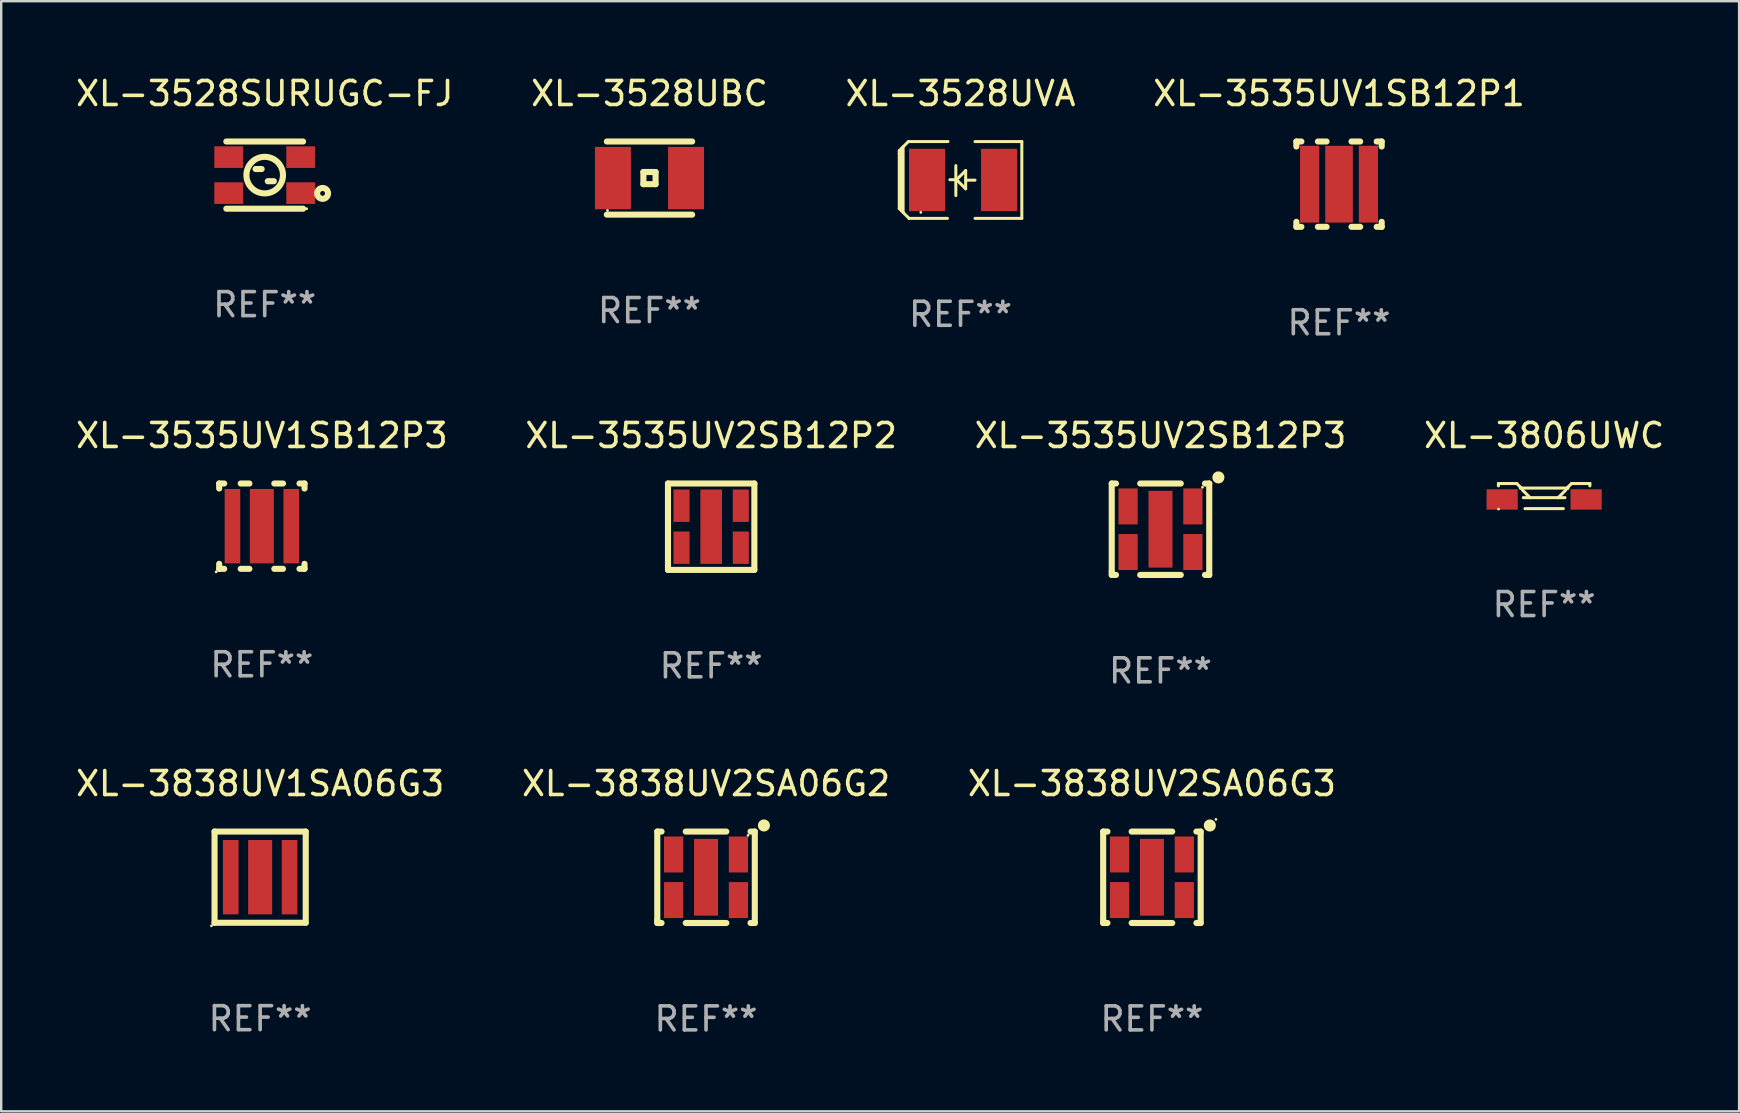
<source format=kicad_pcb>
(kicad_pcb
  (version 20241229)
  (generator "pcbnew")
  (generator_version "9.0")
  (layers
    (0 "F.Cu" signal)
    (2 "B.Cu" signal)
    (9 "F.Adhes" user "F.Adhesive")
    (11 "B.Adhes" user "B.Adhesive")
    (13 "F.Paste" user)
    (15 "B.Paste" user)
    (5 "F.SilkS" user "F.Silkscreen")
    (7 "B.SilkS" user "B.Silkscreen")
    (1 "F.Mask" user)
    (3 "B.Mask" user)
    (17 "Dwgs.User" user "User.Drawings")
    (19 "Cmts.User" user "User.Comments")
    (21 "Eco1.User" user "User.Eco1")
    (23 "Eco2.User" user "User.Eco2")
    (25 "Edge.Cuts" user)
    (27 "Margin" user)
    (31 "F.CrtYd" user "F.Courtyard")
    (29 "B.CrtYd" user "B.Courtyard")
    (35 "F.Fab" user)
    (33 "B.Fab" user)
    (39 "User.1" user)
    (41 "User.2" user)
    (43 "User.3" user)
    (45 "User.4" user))
  (footprint "XL-3838UV2SA06G2"
    (layer "F.Cu")
    (at 26.375 33.512)
    (property "Reference" "XL-3838UV2SA06G2" (at 0 -3.905 0) (layer "F.SilkS") (effects (font (size 1 1) (thickness 0.15))))
    (attr through_hole)
    (fp_line (start -2.032 -1.905) (end -2.032 1.778) (stroke (width 0.254) (type solid)) (layer "F.SilkS"))
    (fp_line (start -2.032 -1.905) (end -1.854 -1.905) (stroke (width 0.254) (type solid)) (layer "F.SilkS"))
    (fp_line (start -2.032 1.905) (end -2.032 1.778) (stroke (width 0.254) (type solid)) (layer "F.SilkS"))
    (fp_line (start -1.854 1.905) (end -2.032 1.905) (stroke (width 0.254) (type solid)) (layer "F.SilkS"))
    (fp_line (start -0.846 -1.905) (end 0.846 -1.905) (stroke (width 0.254) (type solid)) (layer "F.SilkS"))
    (fp_line (start 0.846 1.905) (end -0.846 1.905) (stroke (width 0.254) (type solid)) (layer "F.SilkS"))
    (fp_line (start 1.854 -1.905) (end 2.032 -1.905) (stroke (width 0.254) (type solid)) (layer "F.SilkS"))
    (fp_line (start 2.032 -1.905) (end 2.032 1.905) (stroke (width 0.254) (type solid)) (layer "F.SilkS"))
    (fp_line (start 2.032 1.905) (end 1.854 1.905) (stroke (width 0.254) (type solid)) (layer "F.SilkS"))
    (fp_circle (center 1.75 -1.75) (end 1.78 -1.75) (stroke (width 0.06) (type solid)) (fill no) (layer "F.SilkS"))
    (fp_circle (center 2.413 -2.159) (end 2.54 -2.159) (stroke (width 0.254) (type solid)) (fill no) (layer "F.SilkS"))
    (fp_text user "REF**" (at 0 5.905 0) (layer "F.Fab") (effects (font (size 1 1) (thickness 0.15))))
    (pad "1" smd rect (at 1.35 -0.95) (size 0.8 1.5) (layers "F.Cu" "F.Mask" "F.Paste"))
    (pad "2" smd rect (at -1.35 -0.95) (size 0.8 1.5) (layers "F.Cu" "F.Mask" "F.Paste"))
    (pad "3" smd rect (at 1.35 0.95) (size 0.8 1.5) (layers "F.Cu" "F.Mask" "F.Paste"))
    (pad "4" smd rect (at -1.35 0.95) (size 0.8 1.5) (layers "F.Cu" "F.Mask" "F.Paste"))
    (pad "5" smd rect (at 0.000076 -0.000076) (size 1 3.2) (layers "F.Cu" "F.Mask" "F.Paste")))
  (footprint "XL-3535UV1SB12P3"
    (layer "F.Cu")
    (at 7.863 18.879)
    (property "Reference" "XL-3535UV1SB12P3" (at 0 -3.778 0) (layer "F.SilkS") (effects (font (size 1 1) (thickness 0.15))))
    (attr through_hole)
    (fp_line (start -1.778 -1.778) (end -1.569 -1.778) (stroke (width 0.254) (type solid)) (layer "F.SilkS"))
    (fp_line (start -1.778 -1.569) (end -1.778 -1.778) (stroke (width 0.254) (type solid)) (layer "F.SilkS"))
    (fp_line (start -1.778 1.778) (end -1.778 1.569) (stroke (width 0.254) (type solid)) (layer "F.SilkS"))
    (fp_line (start -1.569 1.778) (end -1.778 1.778) (stroke (width 0.254) (type solid)) (layer "F.SilkS"))
    (fp_line (start -0.881 -1.778) (end -0.519 -1.778) (stroke (width 0.254) (type solid)) (layer "F.SilkS"))
    (fp_line (start -0.519 1.778) (end -0.881 1.778) (stroke (width 0.254) (type solid)) (layer "F.SilkS"))
    (fp_line (start 0.519 -1.778) (end 0.881 -1.778) (stroke (width 0.254) (type solid)) (layer "F.SilkS"))
    (fp_line (start 0.881 1.778) (end 0.519 1.778) (stroke (width 0.254) (type solid)) (layer "F.SilkS"))
    (fp_line (start 1.569 -1.778) (end 1.778 -1.778) (stroke (width 0.254) (type solid)) (layer "F.SilkS"))
    (fp_line (start 1.778 -1.778) (end 1.778 -1.569) (stroke (width 0.254) (type solid)) (layer "F.SilkS"))
    (fp_line (start 1.778 1.569) (end 1.778 1.778) (stroke (width 0.254) (type solid)) (layer "F.SilkS"))
    (fp_line (start 1.778 1.778) (end 1.569 1.778) (stroke (width 0.254) (type solid)) (layer "F.SilkS"))
    (fp_circle (center -1.905 1.905) (end -1.875 1.905) (stroke (width 0.06) (type solid)) (fill no) (layer "F.SilkS"))
    (fp_text user "REF**" (at 0 5.778 0) (layer "F.Fab") (effects (font (size 1 1) (thickness 0.15))))
    (pad "1" smd rect (at -1.225 0) (size 0.65 3.1) (layers "F.Cu" "F.Mask" "F.Paste"))
    (pad "2" smd rect (at 1.225 0) (size 0.65 3.1) (layers "F.Cu" "F.Mask" "F.Paste"))
    (pad "3" smd rect (at 0 0) (size 1 3.1) (layers "F.Cu" "F.Mask" "F.Paste")))
  (footprint "XL-3528UBC"
    (layer "F.Cu")
    (at 24.018 4.372)
    (property "Reference" "XL-3528UBC" (at 0 -3.524 0) (layer "F.SilkS") (effects (font (size 1 1) (thickness 0.15))))
    (attr through_hole)
    (fp_line (start -0.254 -0.254) (end -0.254 0.254) (stroke (width 0.254) (type solid)) (layer "F.SilkS"))
    (fp_line (start -0.254 0.254) (end 0.254 0.254) (stroke (width 0.254) (type solid)) (layer "F.SilkS"))
    (fp_line (start 0.254 -0.254) (end -0.254 -0.254) (stroke (width 0.254) (type solid)) (layer "F.SilkS"))
    (fp_line (start 0.254 0.254) (end 0.254 -0.254) (stroke (width 0.254) (type solid)) (layer "F.SilkS"))
    (fp_line (start 1.778 -1.524) (end -1.778 -1.524) (stroke (width 0.254) (type solid)) (layer "F.SilkS"))
    (fp_line (start 1.778 1.524) (end -1.778 1.524) (stroke (width 0.254) (type solid)) (layer "F.SilkS"))
    (fp_circle (center -1.75 1.35) (end -1.72 1.35) (stroke (width 0.06) (type solid)) (fill no) (layer "F.SilkS"))
    (fp_text user "REF**" (at 0 5.524 0) (layer "F.Fab") (effects (font (size 1 1) (thickness 0.15))))
    (pad "1" smd rect (at -1.524 0 180) (size 1.5 2.6) (layers "F.Cu" "F.Mask" "F.Paste"))
    (pad "2" smd rect (at 1.524 0 180) (size 1.5 2.6) (layers "F.Cu" "F.Mask" "F.Paste")))
  (footprint "XL-3535UV1SB12P1"
    (layer "F.Cu")
    (at 52.756 4.626)
    (property "Reference" "XL-3535UV1SB12P1" (at 0 -3.778 0) (layer "F.SilkS") (effects (font (size 1 1) (thickness 0.15))))
    (attr through_hole)
    (fp_line (start -1.778 -1.778) (end -1.569 -1.778) (stroke (width 0.254) (type solid)) (layer "F.SilkS"))
    (fp_line (start -1.778 -1.569) (end -1.778 -1.778) (stroke (width 0.254) (type solid)) (layer "F.SilkS"))
    (fp_line (start -1.778 1.778) (end -1.778 1.569) (stroke (width 0.254) (type solid)) (layer "F.SilkS"))
    (fp_line (start -1.569 1.778) (end -1.778 1.778) (stroke (width 0.254) (type solid)) (layer "F.SilkS"))
    (fp_line (start -0.881 -1.778) (end -0.519 -1.778) (stroke (width 0.254) (type solid)) (layer "F.SilkS"))
    (fp_line (start -0.519 1.778) (end -0.881 1.778) (stroke (width 0.254) (type solid)) (layer "F.SilkS"))
    (fp_line (start 0.519 -1.778) (end 0.881 -1.778) (stroke (width 0.254) (type solid)) (layer "F.SilkS"))
    (fp_line (start 0.881 1.778) (end 0.519 1.778) (stroke (width 0.254) (type solid)) (layer "F.SilkS"))
    (fp_line (start 1.569 -1.778) (end 1.778 -1.778) (stroke (width 0.254) (type solid)) (layer "F.SilkS"))
    (fp_line (start 1.778 -1.778) (end 1.778 -1.569) (stroke (width 0.254) (type solid)) (layer "F.SilkS"))
    (fp_line (start 1.778 1.569) (end 1.778 1.778) (stroke (width 0.254) (type solid)) (layer "F.SilkS"))
    (fp_line (start 1.778 1.778) (end 1.569 1.778) (stroke (width 0.254) (type solid)) (layer "F.SilkS"))
    (fp_circle (center -1.75 1.75) (end -1.72 1.75) (stroke (width 0.06) (type solid)) (fill no) (layer "F.SilkS"))
    (fp_text user "REF**" (at 0 5.778 0) (layer "F.Fab") (effects (font (size 1 1) (thickness 0.15))))
    (pad "1" smd rect (at -1.225 0) (size 0.8 3.2) (layers "F.Cu" "F.Mask" "F.Paste"))
    (pad "2" smd rect (at 1.225 0) (size 0.8 3.2) (layers "F.Cu" "F.Mask" "F.Paste"))
    (pad "3" smd rect (at 0 0) (size 1.15 3.2) (layers "F.Cu" "F.Mask" "F.Paste")))
  (footprint "XL-3838UV1SA06G3"
    (layer "F.Cu")
    (at 7.792 33.507)
    (property "Reference" "XL-3838UV1SA06G3" (at 0 -3.9 0) (layer "F.SilkS") (effects (font (size 1 1) (thickness 0.15))))
    (attr through_hole)
    (fp_line (start -1.9 -1.9) (end 1.9 -1.9) (stroke (width 0.254) (type solid)) (layer "F.SilkS"))
    (fp_line (start -1.9 1.9) (end 1.9 1.9) (stroke (width 0.254) (type solid)) (layer "F.SilkS"))
    (fp_line (start -1.9 -1.9) (end -1.9 1.9) (stroke (width 0.254) (type solid)) (layer "F.SilkS"))
    (fp_line (start 1.9 -1.9) (end 1.9 1.9) (stroke (width 0.254) (type solid)) (layer "F.SilkS"))
    (fp_circle (center -2.027 2.027) (end -1.997 2.027) (stroke (width 0.06) (type solid)) (fill no) (layer "F.SilkS"))
    (fp_text user "REF**" (at 0 5.9 0) (layer "F.Fab") (effects (font (size 1 1) (thickness 0.15))))
    (pad "1" smd rect (at -1.225 0) (size 0.65 3.1) (layers "F.Cu" "F.Mask" "F.Paste"))
    (pad "2" smd rect (at 1.225 0) (size 0.65 3.1) (layers "F.Cu" "F.Mask" "F.Paste"))
    (pad "3" smd rect (at 0 0) (size 1 3.1) (layers "F.Cu" "F.Mask" "F.Paste")))
  (footprint "XL-3838UV2SA06G3"
    (layer "F.Cu")
    (at 44.958 33.512)
    (property "Reference" "XL-3838UV2SA06G3" (at 0 -3.905 0) (layer "F.SilkS") (effects (font (size 1 1) (thickness 0.15))))
    (attr through_hole)
    (fp_line (start -2.032 -1.905) (end -2.032 1.778) (stroke (width 0.254) (type solid)) (layer "F.SilkS"))
    (fp_line (start -2.032 -1.905) (end -1.854 -1.905) (stroke (width 0.254) (type solid)) (layer "F.SilkS"))
    (fp_line (start -2.032 1.905) (end -2.032 1.778) (stroke (width 0.254) (type solid)) (layer "F.SilkS"))
    (fp_line (start -1.854 1.905) (end -2.032 1.905) (stroke (width 0.254) (type solid)) (layer "F.SilkS"))
    (fp_line (start -0.846 -1.905) (end 0.846 -1.905) (stroke (width 0.254) (type solid)) (layer "F.SilkS"))
    (fp_line (start 0.846 1.905) (end -0.846 1.905) (stroke (width 0.254) (type solid)) (layer "F.SilkS"))
    (fp_line (start 1.854 -1.905) (end 2.032 -1.905) (stroke (width 0.254) (type solid)) (layer "F.SilkS"))
    (fp_line (start 2.032 -1.905) (end 2.032 1.905) (stroke (width 0.254) (type solid)) (layer "F.SilkS"))
    (fp_line (start 2.032 1.905) (end 1.854 1.905) (stroke (width 0.254) (type solid)) (layer "F.SilkS"))
    (fp_circle (center 2.413 -2.159) (end 2.54 -2.159) (stroke (width 0.254) (type solid)) (fill no) (layer "F.SilkS"))
    (fp_circle (center 2.667 -2.413) (end 2.697 -2.413) (stroke (width 0.06) (type solid)) (fill no) (layer "F.SilkS"))
    (fp_text user "REF**" (at 0 5.905 0) (layer "F.Fab") (effects (font (size 1 1) (thickness 0.15))))
    (pad "1" smd rect (at 1.35 -0.95) (size 0.8 1.5) (layers "F.Cu" "F.Mask" "F.Paste"))
    (pad "2" smd rect (at -1.35 -0.95) (size 0.8 1.5) (layers "F.Cu" "F.Mask" "F.Paste"))
    (pad "3" smd rect (at 1.35 0.95) (size 0.8 1.5) (layers "F.Cu" "F.Mask" "F.Paste"))
    (pad "4" smd rect (at -1.35 0.95) (size 0.8 1.5) (layers "F.Cu" "F.Mask" "F.Paste"))
    (pad "5" smd rect (at 0.000076 -0.000076) (size 1 3.2) (layers "F.Cu" "F.Mask" "F.Paste")))
  (footprint "XL-3806UWC"
    (layer "F.Cu")
    (at 61.304 17.624)
    (property "Reference" "XL-3806UWC" (at 0 -2.523 0) (layer "F.SilkS") (effects (font (size 1 1) (thickness 0.15))))
    (attr through_hole)
    (fp_line (start -1.905 -0.523) (end -1.905 -0.425) (stroke (width 0.127) (type solid)) (layer "F.SilkS"))
    (fp_line (start -1.143 -0.523) (end -1.905 -0.523) (stroke (width 0.127) (type solid)) (layer "F.SilkS"))
    (fp_line (start -0.985 -0.366) (end -1.143 -0.523) (stroke (width 0.127) (type solid)) (layer "F.SilkS"))
    (fp_line (start -0.985 -0.333) (end -0.987 -0.334) (stroke (width 0.127) (type solid)) (layer "F.SilkS"))
    (fp_line (start -0.985 -0.333) (end -0.985 -0.366) (stroke (width 0.127) (type solid)) (layer "F.SilkS"))
    (fp_line (start -0.8 0.523) (end 0.8 0.523) (stroke (width 0.127) (type solid)) (layer "F.SilkS"))
    (fp_line (start -0.587 0.066) (end -0.902 -0.249) (stroke (width 0.127) (type solid)) (layer "F.SilkS"))
    (fp_line (start -0.587 0.066) (end -0.869 0.066) (stroke (width 0.127) (type solid)) (layer "F.SilkS"))
    (fp_line (start 0.587 0.066) (end -0.587 0.066) (stroke (width 0.127) (type solid)) (layer "F.SilkS"))
    (fp_line (start 0.587 0.066) (end 0.869 0.066) (stroke (width 0.127) (type solid)) (layer "F.SilkS"))
    (fp_line (start 0.902 -0.25) (end 0.587 0.066) (stroke (width 0.127) (type solid)) (layer "F.SilkS"))
    (fp_line (start 0.97 -0.314) (end 0.968 -0.312) (stroke (width 0.127) (type solid)) (layer "F.SilkS"))
    (fp_line (start 0.987 -0.367) (end 1.143 -0.523) (stroke (width 0.127) (type solid)) (layer "F.SilkS"))
    (fp_line (start 0.987 -0.334) (end 0.987 -0.367) (stroke (width 0.127) (type solid)) (layer "F.SilkS"))
    (fp_line (start 0.987 -0.334) (end -0.987 -0.334) (stroke (width 0.127) (type solid)) (layer "F.SilkS"))
    (fp_line (start 1.143 -0.523) (end 1.905 -0.523) (stroke (width 0.127) (type solid)) (layer "F.SilkS"))
    (fp_line (start 1.905 -0.523) (end 1.905 -0.425) (stroke (width 0.127) (type solid)) (layer "F.SilkS"))
    (fp_circle (center -1.9 0.542) (end -1.87 0.542) (stroke (width 0.06) (type solid)) (fill no) (layer "F.SilkS"))
    (fp_text user "REF**" (at 0 4.523 0) (layer "F.Fab") (effects (font (size 1 1) (thickness 0.15))))
    (pad "1" smd rect (at -1.75 0.142 180) (size 1.3 0.85) (layers "F.Cu" "F.Mask" "F.Paste"))
    (pad "2" smd rect (at 1.75 0.142 180) (size 1.3 0.85) (layers "F.Cu" "F.Mask" "F.Paste")))
  (footprint "XL-3528UVA"
    (layer "F.Cu")
    (at 36.982 4.45)
    (property "Reference" "XL-3528UVA" (at 0 -3.601 0) (layer "F.SilkS") (effects (font (size 1 1) (thickness 0.15))))
    (attr through_hole)
    (fp_line (start -2.554 -1.22) (end -2.173 -1.601) (stroke (width 0.125) (type solid)) (layer "F.SilkS"))
    (fp_line (start -2.554 -1.093) (end -2.554 -1.22) (stroke (width 0.125) (type solid)) (layer "F.SilkS"))
    (fp_line (start -2.554 1.193) (end -2.554 -1.093) (stroke (width 0.125) (type solid)) (layer "F.SilkS"))
    (fp_line (start -2.464 -1.31) (end -2.464 1.271) (stroke (width 0.125) (type solid)) (layer "F.SilkS"))
    (fp_line (start -2.394 -1.38) (end -2.394 1.348) (stroke (width 0.125) (type solid)) (layer "F.SilkS"))
    (fp_line (start -2.173 -1.601) (end -0.522 -1.601) (stroke (width 0.125) (type solid)) (layer "F.SilkS"))
    (fp_line (start -2.146 1.601) (end -2.554 1.193) (stroke (width 0.125) (type solid)) (layer "F.SilkS"))
    (fp_line (start -0.546 1.601) (end -2.146 1.601) (stroke (width 0.125) (type solid)) (layer "F.SilkS"))
    (fp_line (start -0.196 -0.599) (end -0.196 0.651) (stroke (width 0.125) (type solid)) (layer "F.SilkS"))
    (fp_line (start -0.167 -0.011) (end -0.446 -0.011) (stroke (width 0.125) (type solid)) (layer "F.SilkS"))
    (fp_line (start -0.167 -0.011) (end 0.214 -0.392) (stroke (width 0.125) (type solid)) (layer "F.SilkS"))
    (fp_line (start 0.214 -0.392) (end 0.214 0.37) (stroke (width 0.125) (type solid)) (layer "F.SilkS"))
    (fp_line (start 0.214 0.01) (end 0.604 0.01) (stroke (width 0.125) (type solid)) (layer "F.SilkS"))
    (fp_line (start 0.214 0.37) (end -0.167 -0.011) (stroke (width 0.125) (type solid)) (layer "F.SilkS"))
    (fp_line (start 0.604 -1.599) (end 2.554 -1.599) (stroke (width 0.125) (type solid)) (layer "F.SilkS"))
    (fp_line (start 2.554 -1.599) (end 2.554 1.601) (stroke (width 0.125) (type solid)) (layer "F.SilkS"))
    (fp_line (start 2.554 1.601) (end 0.604 1.601) (stroke (width 0.125) (type solid)) (layer "F.SilkS"))
    (fp_circle (center -1.656 1.351) (end -1.626 1.351) (stroke (width 0.06) (type solid)) (fill no) (layer "F.SilkS"))
    (fp_text user "REF**" (at 0 5.601 0) (layer "F.Fab") (effects (font (size 1 1) (thickness 0.15))))
    (pad "1" smd rect (at -1.396 0.001) (size 1.5 2.6) (layers "F.Cu" "F.Mask" "F.Paste"))
    (pad "2" smd rect (at 1.604 0.001) (size 1.5 2.6) (layers "F.Cu" "F.Mask" "F.Paste")))
  (footprint "XL-3528SURUGC-FJ"
    (layer "F.Cu")
    (at 7.982 4.248)
    (property "Reference" "XL-3528SURUGC-FJ" (at 0 -3.4 0) (layer "F.SilkS") (effects (font (size 1 1) (thickness 0.15))))
    (attr through_hole)
    (fp_line (start -1.6 -1.4) (end 1.6 -1.4) (stroke (width 0.254) (type solid)) (layer "F.SilkS"))
    (fp_line (start -0.127 -0.254) (end -0.381 -0.254) (stroke (width 0.254) (type solid)) (layer "F.SilkS"))
    (fp_line (start 0.381 0.254) (end 0.127 0.254) (stroke (width 0.254) (type solid)) (layer "F.SilkS"))
    (fp_line (start 1.6 1.4) (end -1.6 1.4) (stroke (width 0.254) (type solid)) (layer "F.SilkS"))
    (fp_circle (center 0.000102 0.000051) (end 0.762 0.000051) (stroke (width 0.254) (type solid)) (fill no) (layer "F.SilkS"))
    (fp_circle (center 1.75 1.4) (end 1.78 1.4) (stroke (width 0.06) (type solid)) (fill no) (layer "F.SilkS"))
    (fp_circle (center 2.413 0.762) (end 2.513 0.762) (stroke (width 0.254) (type solid)) (fill no) (layer "F.SilkS"))
    (fp_text user "REF**" (at 0 5.4 0) (layer "F.Fab") (effects (font (size 1 1) (thickness 0.15))))
    (pad "1" smd rect (at 1.5 0.75 180) (size 1.2 0.9) (layers "F.Cu" "F.Mask" "F.Paste"))
    (pad "2" smd rect (at -1.5 0.75 180) (size 1.2 0.9) (layers "F.Cu" "F.Mask" "F.Paste"))
    (pad "3" smd rect (at 1.5 -0.75 180) (size 1.2 0.9) (layers "F.Cu" "F.Mask" "F.Paste"))
    (pad "4" smd rect (at -1.5 -0.75 180) (size 1.2 0.9) (layers "F.Cu" "F.Mask" "F.Paste")))
  (footprint "XL-3535UV2SB12P2"
    (layer "F.Cu")
    (at 26.589 18.901)
    (property "Reference" "XL-3535UV2SB12P2" (at 0 -3.8 0) (layer "F.SilkS") (effects (font (size 1 1) (thickness 0.15))))
    (attr through_hole)
    (fp_line (start -1.8 -1.8) (end 1.8 -1.8) (stroke (width 0.254) (type solid)) (layer "F.SilkS"))
    (fp_line (start -1.8 1.8) (end -1.8 -1.8) (stroke (width 0.254) (type solid)) (layer "F.SilkS"))
    (fp_line (start 1.8 -1.8) (end 1.8 1.8) (stroke (width 0.254) (type solid)) (layer "F.SilkS"))
    (fp_line (start 1.8 1.8) (end -1.8 1.8) (stroke (width 0.254) (type solid)) (layer "F.SilkS"))
    (fp_circle (center -1.75 -1.75) (end -1.72 -1.75) (stroke (width 0.06) (type solid)) (fill no) (layer "F.SilkS"))
    (fp_text user "REF**" (at 0 5.8 0) (layer "F.Fab") (effects (font (size 1 1) (thickness 0.15))))
    (pad "1" smd rect (at -1.235 -0.875) (size 0.67 1.35) (layers "F.Cu" "F.Mask" "F.Paste"))
    (pad "2" smd rect (at 1.235 -0.875) (size 0.67 1.35) (layers "F.Cu" "F.Mask" "F.Paste"))
    (pad "3" smd rect (at -1.235 0.875) (size 0.67 1.35) (layers "F.Cu" "F.Mask" "F.Paste"))
    (pad "4" smd rect (at 1.235 0.875) (size 0.67 1.35) (layers "F.Cu" "F.Mask" "F.Paste"))
    (pad "5" smd rect (at 0 0) (size 0.9 3.1) (layers "F.Cu" "F.Mask" "F.Paste")))
  (footprint "XL-3535UV2SB12P3"
    (layer "F.Cu")
    (at 45.315 19.006)
    (property "Reference" "XL-3535UV2SB12P3" (at 0 -3.905 0) (layer "F.SilkS") (effects (font (size 1 1) (thickness 0.15))))
    (attr through_hole)
    (fp_line (start -2.032 -1.905) (end -2.032 1.778) (stroke (width 0.254) (type solid)) (layer "F.SilkS"))
    (fp_line (start -2.032 -1.905) (end -1.854 -1.905) (stroke (width 0.254) (type solid)) (layer "F.SilkS"))
    (fp_line (start -2.032 1.905) (end -2.032 1.778) (stroke (width 0.254) (type solid)) (layer "F.SilkS"))
    (fp_line (start -1.854 1.905) (end -2.032 1.905) (stroke (width 0.254) (type solid)) (layer "F.SilkS"))
    (fp_line (start -0.846 -1.905) (end 0.846 -1.905) (stroke (width 0.254) (type solid)) (layer "F.SilkS"))
    (fp_line (start 0.846 1.905) (end -0.846 1.905) (stroke (width 0.254) (type solid)) (layer "F.SilkS"))
    (fp_line (start 1.854 -1.905) (end 2.032 -1.905) (stroke (width 0.254) (type solid)) (layer "F.SilkS"))
    (fp_line (start 2.032 -1.905) (end 2.032 1.905) (stroke (width 0.254) (type solid)) (layer "F.SilkS"))
    (fp_line (start 2.032 1.905) (end 1.854 1.905) (stroke (width 0.254) (type solid)) (layer "F.SilkS"))
    (fp_circle (center 1.75 -1.75) (end 1.78 -1.75) (stroke (width 0.06) (type solid)) (fill no) (layer "F.SilkS"))
    (fp_circle (center 2.413 -2.159) (end 2.54 -2.159) (stroke (width 0.254) (type solid)) (fill no) (layer "F.SilkS"))
    (fp_text user "REF**" (at 0 5.905 0) (layer "F.Fab") (effects (font (size 1 1) (thickness 0.15))))
    (pad "1" smd rect (at 1.35 -0.95) (size 0.8 1.5) (layers "F.Cu" "F.Mask" "F.Paste"))
    (pad "2" smd rect (at -1.35 -0.95) (size 0.8 1.5) (layers "F.Cu" "F.Mask" "F.Paste"))
    (pad "3" smd rect (at 1.35 0.95) (size 0.8 1.5) (layers "F.Cu" "F.Mask" "F.Paste"))
    (pad "4" smd rect (at -1.35 0.95) (size 0.8 1.5) (layers "F.Cu" "F.Mask" "F.Paste"))
    (pad "5" smd rect (at 0.000076 -0.000076) (size 1 3.2) (layers "F.Cu" "F.Mask" "F.Paste")))
  (gr_rect
    (start -3 -3)
    (end 69.429 43.266)
    (stroke (width 0.1) (type default))
    (fill no)
    (layer "Edge.Cuts")))
</source>
